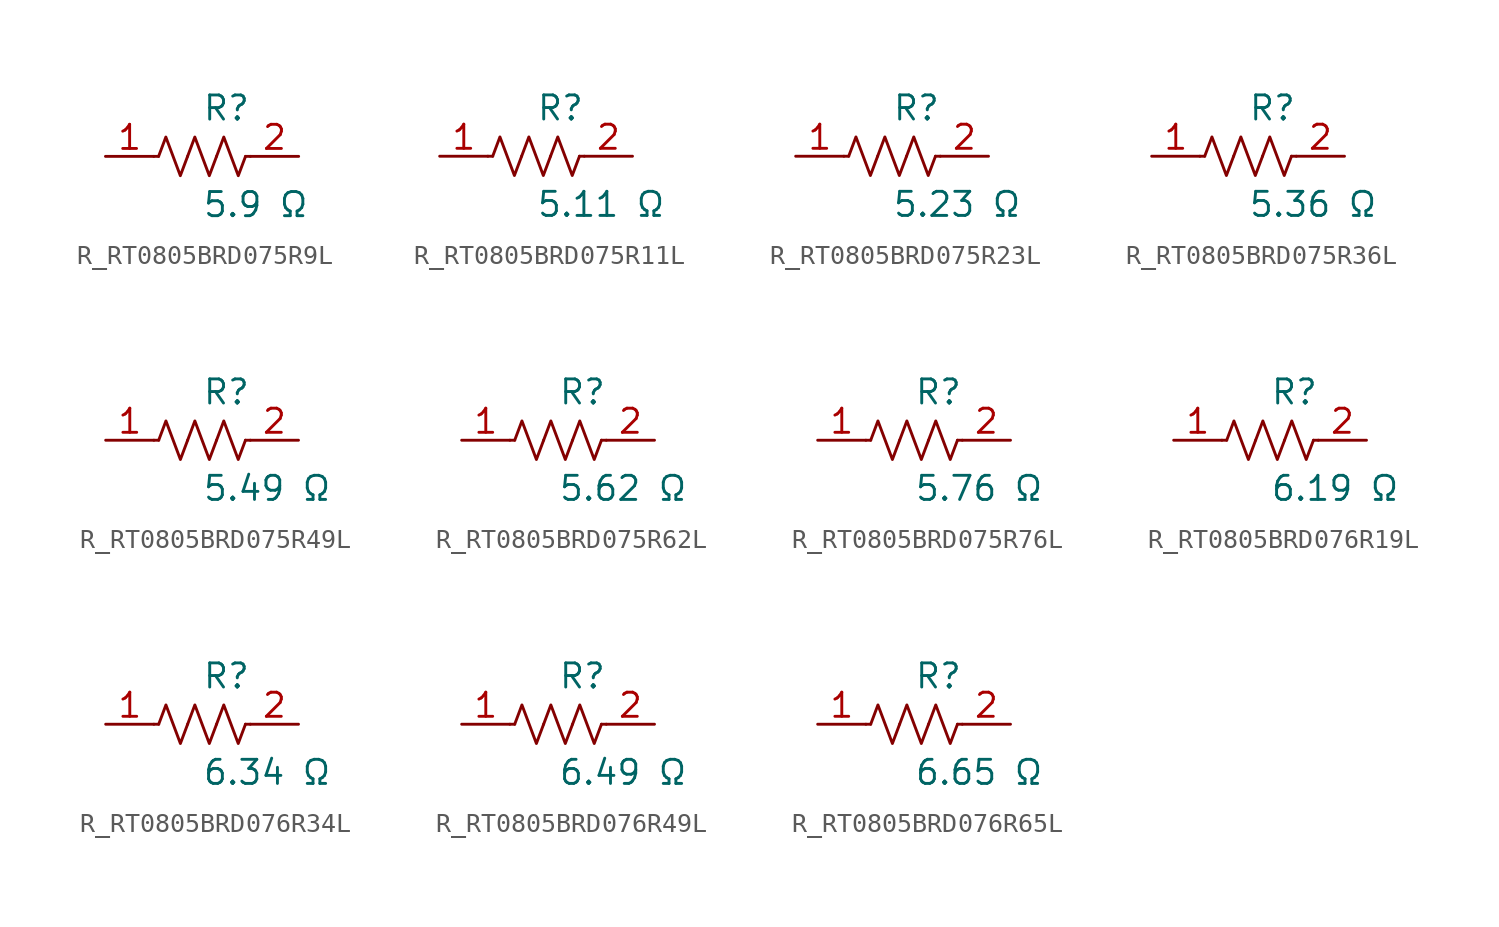
<source format=kicad_sym>
(kicad_symbol_lib
  (version 20231120)
  (generator kicad_symbol_editor)
  (generator_version 8.0)
  (symbol "R_RT0805BRD075R9L"
    (pin_names
      (offset 0.254))
    (property "Reference" "R"
      (at 0.0 2.54 0)
      (effects (font (size 1.27 1.27)) (justify left)))
    (property "Value" "5.9 Ω"
      (at 0.0 -2.54 0)
      (effects (font (size 1.27 1.27)) (justify left)))
    (symbol "R_RT0805BRD075R9L_0_1"
      (polyline (pts (xy 2.286 0) (xy 2.54 0)) (stroke (width 0) (type default)) (fill (type none)))
      (polyline (pts (xy -2.286 0) (xy -2.54 0)) (stroke (width 0) (type default)) (fill (type none)))
      (polyline (pts (xy 0.762 0) (xy 1.143 1.016) (xy 1.524 0) (xy 1.905 -1.016) (xy 2.286 0)) (stroke (width 0) (type default)) (fill (type none)))
      (polyline (pts (xy -0.762 0) (xy -0.381 1.016) (xy 0 0) (xy 0.381 -1.016) (xy 0.762 0)) (stroke (width 0) (type default)) (fill (type none)))
      (polyline (pts (xy -2.286 0) (xy -1.905 1.016) (xy -1.524 0) (xy -1.143 -1.016) (xy -0.762 0)) (stroke (width 0) (type default)) (fill (type none))))
    (pin unspecified line
      (at -5.08 0 0)
      (length 2.54)
      (name "" (effects (font (size 1.27 1.27))))
      (number "1" (effects (font (size 1.27 1.27)))))
    (pin unspecified line
      (at 5.08 0 180)
      (length 2.54)
      (name "" (effects (font (size 1.27 1.27))))
      (number "2" (effects (font (size 1.27 1.27))))))
  (symbol "R_RT0805BRD075R11L"
    (pin_names
      (offset 0.254))
    (property "Reference" "R"
      (at 0.0 2.54 0)
      (effects (font (size 1.27 1.27)) (justify left)))
    (property "Value" "5.11 Ω"
      (at 0.0 -2.54 0)
      (effects (font (size 1.27 1.27)) (justify left)))
    (symbol "R_RT0805BRD075R11L_0_1"
      (polyline (pts (xy 2.286 0) (xy 2.54 0)) (stroke (width 0) (type default)) (fill (type none)))
      (polyline (pts (xy -2.286 0) (xy -2.54 0)) (stroke (width 0) (type default)) (fill (type none)))
      (polyline (pts (xy 0.762 0) (xy 1.143 1.016) (xy 1.524 0) (xy 1.905 -1.016) (xy 2.286 0)) (stroke (width 0) (type default)) (fill (type none)))
      (polyline (pts (xy -0.762 0) (xy -0.381 1.016) (xy 0 0) (xy 0.381 -1.016) (xy 0.762 0)) (stroke (width 0) (type default)) (fill (type none)))
      (polyline (pts (xy -2.286 0) (xy -1.905 1.016) (xy -1.524 0) (xy -1.143 -1.016) (xy -0.762 0)) (stroke (width 0) (type default)) (fill (type none))))
    (pin unspecified line
      (at -5.08 0 0)
      (length 2.54)
      (name "" (effects (font (size 1.27 1.27))))
      (number "1" (effects (font (size 1.27 1.27)))))
    (pin unspecified line
      (at 5.08 0 180)
      (length 2.54)
      (name "" (effects (font (size 1.27 1.27))))
      (number "2" (effects (font (size 1.27 1.27))))))
  (symbol "R_RT0805BRD075R23L"
    (pin_names
      (offset 0.254))
    (property "Reference" "R"
      (at 0.0 2.54 0)
      (effects (font (size 1.27 1.27)) (justify left)))
    (property "Value" "5.23 Ω"
      (at 0.0 -2.54 0)
      (effects (font (size 1.27 1.27)) (justify left)))
    (symbol "R_RT0805BRD075R23L_0_1"
      (polyline (pts (xy 2.286 0) (xy 2.54 0)) (stroke (width 0) (type default)) (fill (type none)))
      (polyline (pts (xy -2.286 0) (xy -2.54 0)) (stroke (width 0) (type default)) (fill (type none)))
      (polyline (pts (xy 0.762 0) (xy 1.143 1.016) (xy 1.524 0) (xy 1.905 -1.016) (xy 2.286 0)) (stroke (width 0) (type default)) (fill (type none)))
      (polyline (pts (xy -0.762 0) (xy -0.381 1.016) (xy 0 0) (xy 0.381 -1.016) (xy 0.762 0)) (stroke (width 0) (type default)) (fill (type none)))
      (polyline (pts (xy -2.286 0) (xy -1.905 1.016) (xy -1.524 0) (xy -1.143 -1.016) (xy -0.762 0)) (stroke (width 0) (type default)) (fill (type none))))
    (pin unspecified line
      (at -5.08 0 0)
      (length 2.54)
      (name "" (effects (font (size 1.27 1.27))))
      (number "1" (effects (font (size 1.27 1.27)))))
    (pin unspecified line
      (at 5.08 0 180)
      (length 2.54)
      (name "" (effects (font (size 1.27 1.27))))
      (number "2" (effects (font (size 1.27 1.27))))))
  (symbol "R_RT0805BRD075R36L"
    (pin_names
      (offset 0.254))
    (property "Reference" "R"
      (at 0.0 2.54 0)
      (effects (font (size 1.27 1.27)) (justify left)))
    (property "Value" "5.36 Ω"
      (at 0.0 -2.54 0)
      (effects (font (size 1.27 1.27)) (justify left)))
    (symbol "R_RT0805BRD075R36L_0_1"
      (polyline (pts (xy 2.286 0) (xy 2.54 0)) (stroke (width 0) (type default)) (fill (type none)))
      (polyline (pts (xy -2.286 0) (xy -2.54 0)) (stroke (width 0) (type default)) (fill (type none)))
      (polyline (pts (xy 0.762 0) (xy 1.143 1.016) (xy 1.524 0) (xy 1.905 -1.016) (xy 2.286 0)) (stroke (width 0) (type default)) (fill (type none)))
      (polyline (pts (xy -0.762 0) (xy -0.381 1.016) (xy 0 0) (xy 0.381 -1.016) (xy 0.762 0)) (stroke (width 0) (type default)) (fill (type none)))
      (polyline (pts (xy -2.286 0) (xy -1.905 1.016) (xy -1.524 0) (xy -1.143 -1.016) (xy -0.762 0)) (stroke (width 0) (type default)) (fill (type none))))
    (pin unspecified line
      (at -5.08 0 0)
      (length 2.54)
      (name "" (effects (font (size 1.27 1.27))))
      (number "1" (effects (font (size 1.27 1.27)))))
    (pin unspecified line
      (at 5.08 0 180)
      (length 2.54)
      (name "" (effects (font (size 1.27 1.27))))
      (number "2" (effects (font (size 1.27 1.27))))))
  (symbol "R_RT0805BRD075R49L"
    (pin_names
      (offset 0.254))
    (property "Reference" "R"
      (at 0.0 2.54 0)
      (effects (font (size 1.27 1.27)) (justify left)))
    (property "Value" "5.49 Ω"
      (at 0.0 -2.54 0)
      (effects (font (size 1.27 1.27)) (justify left)))
    (symbol "R_RT0805BRD075R49L_0_1"
      (polyline (pts (xy 2.286 0) (xy 2.54 0)) (stroke (width 0) (type default)) (fill (type none)))
      (polyline (pts (xy -2.286 0) (xy -2.54 0)) (stroke (width 0) (type default)) (fill (type none)))
      (polyline (pts (xy 0.762 0) (xy 1.143 1.016) (xy 1.524 0) (xy 1.905 -1.016) (xy 2.286 0)) (stroke (width 0) (type default)) (fill (type none)))
      (polyline (pts (xy -0.762 0) (xy -0.381 1.016) (xy 0 0) (xy 0.381 -1.016) (xy 0.762 0)) (stroke (width 0) (type default)) (fill (type none)))
      (polyline (pts (xy -2.286 0) (xy -1.905 1.016) (xy -1.524 0) (xy -1.143 -1.016) (xy -0.762 0)) (stroke (width 0) (type default)) (fill (type none))))
    (pin unspecified line
      (at -5.08 0 0)
      (length 2.54)
      (name "" (effects (font (size 1.27 1.27))))
      (number "1" (effects (font (size 1.27 1.27)))))
    (pin unspecified line
      (at 5.08 0 180)
      (length 2.54)
      (name "" (effects (font (size 1.27 1.27))))
      (number "2" (effects (font (size 1.27 1.27))))))
  (symbol "R_RT0805BRD075R62L"
    (pin_names
      (offset 0.254))
    (property "Reference" "R"
      (at 0.0 2.54 0)
      (effects (font (size 1.27 1.27)) (justify left)))
    (property "Value" "5.62 Ω"
      (at 0.0 -2.54 0)
      (effects (font (size 1.27 1.27)) (justify left)))
    (symbol "R_RT0805BRD075R62L_0_1"
      (polyline (pts (xy 2.286 0) (xy 2.54 0)) (stroke (width 0) (type default)) (fill (type none)))
      (polyline (pts (xy -2.286 0) (xy -2.54 0)) (stroke (width 0) (type default)) (fill (type none)))
      (polyline (pts (xy 0.762 0) (xy 1.143 1.016) (xy 1.524 0) (xy 1.905 -1.016) (xy 2.286 0)) (stroke (width 0) (type default)) (fill (type none)))
      (polyline (pts (xy -0.762 0) (xy -0.381 1.016) (xy 0 0) (xy 0.381 -1.016) (xy 0.762 0)) (stroke (width 0) (type default)) (fill (type none)))
      (polyline (pts (xy -2.286 0) (xy -1.905 1.016) (xy -1.524 0) (xy -1.143 -1.016) (xy -0.762 0)) (stroke (width 0) (type default)) (fill (type none))))
    (pin unspecified line
      (at -5.08 0 0)
      (length 2.54)
      (name "" (effects (font (size 1.27 1.27))))
      (number "1" (effects (font (size 1.27 1.27)))))
    (pin unspecified line
      (at 5.08 0 180)
      (length 2.54)
      (name "" (effects (font (size 1.27 1.27))))
      (number "2" (effects (font (size 1.27 1.27))))))
  (symbol "R_RT0805BRD075R76L"
    (pin_names
      (offset 0.254))
    (property "Reference" "R"
      (at 0.0 2.54 0)
      (effects (font (size 1.27 1.27)) (justify left)))
    (property "Value" "5.76 Ω"
      (at 0.0 -2.54 0)
      (effects (font (size 1.27 1.27)) (justify left)))
    (symbol "R_RT0805BRD075R76L_0_1"
      (polyline (pts (xy 2.286 0) (xy 2.54 0)) (stroke (width 0) (type default)) (fill (type none)))
      (polyline (pts (xy -2.286 0) (xy -2.54 0)) (stroke (width 0) (type default)) (fill (type none)))
      (polyline (pts (xy 0.762 0) (xy 1.143 1.016) (xy 1.524 0) (xy 1.905 -1.016) (xy 2.286 0)) (stroke (width 0) (type default)) (fill (type none)))
      (polyline (pts (xy -0.762 0) (xy -0.381 1.016) (xy 0 0) (xy 0.381 -1.016) (xy 0.762 0)) (stroke (width 0) (type default)) (fill (type none)))
      (polyline (pts (xy -2.286 0) (xy -1.905 1.016) (xy -1.524 0) (xy -1.143 -1.016) (xy -0.762 0)) (stroke (width 0) (type default)) (fill (type none))))
    (pin unspecified line
      (at -5.08 0 0)
      (length 2.54)
      (name "" (effects (font (size 1.27 1.27))))
      (number "1" (effects (font (size 1.27 1.27)))))
    (pin unspecified line
      (at 5.08 0 180)
      (length 2.54)
      (name "" (effects (font (size 1.27 1.27))))
      (number "2" (effects (font (size 1.27 1.27))))))
  (symbol "R_RT0805BRD076R19L"
    (pin_names
      (offset 0.254))
    (property "Reference" "R"
      (at 0.0 2.54 0)
      (effects (font (size 1.27 1.27)) (justify left)))
    (property "Value" "6.19 Ω"
      (at 0.0 -2.54 0)
      (effects (font (size 1.27 1.27)) (justify left)))
    (symbol "R_RT0805BRD076R19L_0_1"
      (polyline (pts (xy 2.286 0) (xy 2.54 0)) (stroke (width 0) (type default)) (fill (type none)))
      (polyline (pts (xy -2.286 0) (xy -2.54 0)) (stroke (width 0) (type default)) (fill (type none)))
      (polyline (pts (xy 0.762 0) (xy 1.143 1.016) (xy 1.524 0) (xy 1.905 -1.016) (xy 2.286 0)) (stroke (width 0) (type default)) (fill (type none)))
      (polyline (pts (xy -0.762 0) (xy -0.381 1.016) (xy 0 0) (xy 0.381 -1.016) (xy 0.762 0)) (stroke (width 0) (type default)) (fill (type none)))
      (polyline (pts (xy -2.286 0) (xy -1.905 1.016) (xy -1.524 0) (xy -1.143 -1.016) (xy -0.762 0)) (stroke (width 0) (type default)) (fill (type none))))
    (pin unspecified line
      (at -5.08 0 0)
      (length 2.54)
      (name "" (effects (font (size 1.27 1.27))))
      (number "1" (effects (font (size 1.27 1.27)))))
    (pin unspecified line
      (at 5.08 0 180)
      (length 2.54)
      (name "" (effects (font (size 1.27 1.27))))
      (number "2" (effects (font (size 1.27 1.27))))))
  (symbol "R_RT0805BRD076R34L"
    (pin_names
      (offset 0.254))
    (property "Reference" "R"
      (at 0.0 2.54 0)
      (effects (font (size 1.27 1.27)) (justify left)))
    (property "Value" "6.34 Ω"
      (at 0.0 -2.54 0)
      (effects (font (size 1.27 1.27)) (justify left)))
    (symbol "R_RT0805BRD076R34L_0_1"
      (polyline (pts (xy 2.286 0) (xy 2.54 0)) (stroke (width 0) (type default)) (fill (type none)))
      (polyline (pts (xy -2.286 0) (xy -2.54 0)) (stroke (width 0) (type default)) (fill (type none)))
      (polyline (pts (xy 0.762 0) (xy 1.143 1.016) (xy 1.524 0) (xy 1.905 -1.016) (xy 2.286 0)) (stroke (width 0) (type default)) (fill (type none)))
      (polyline (pts (xy -0.762 0) (xy -0.381 1.016) (xy 0 0) (xy 0.381 -1.016) (xy 0.762 0)) (stroke (width 0) (type default)) (fill (type none)))
      (polyline (pts (xy -2.286 0) (xy -1.905 1.016) (xy -1.524 0) (xy -1.143 -1.016) (xy -0.762 0)) (stroke (width 0) (type default)) (fill (type none))))
    (pin unspecified line
      (at -5.08 0 0)
      (length 2.54)
      (name "" (effects (font (size 1.27 1.27))))
      (number "1" (effects (font (size 1.27 1.27)))))
    (pin unspecified line
      (at 5.08 0 180)
      (length 2.54)
      (name "" (effects (font (size 1.27 1.27))))
      (number "2" (effects (font (size 1.27 1.27))))))
  (symbol "R_RT0805BRD076R49L"
    (pin_names
      (offset 0.254))
    (property "Reference" "R"
      (at 0.0 2.54 0)
      (effects (font (size 1.27 1.27)) (justify left)))
    (property "Value" "6.49 Ω"
      (at 0.0 -2.54 0)
      (effects (font (size 1.27 1.27)) (justify left)))
    (symbol "R_RT0805BRD076R49L_0_1"
      (polyline (pts (xy 2.286 0) (xy 2.54 0)) (stroke (width 0) (type default)) (fill (type none)))
      (polyline (pts (xy -2.286 0) (xy -2.54 0)) (stroke (width 0) (type default)) (fill (type none)))
      (polyline (pts (xy 0.762 0) (xy 1.143 1.016) (xy 1.524 0) (xy 1.905 -1.016) (xy 2.286 0)) (stroke (width 0) (type default)) (fill (type none)))
      (polyline (pts (xy -0.762 0) (xy -0.381 1.016) (xy 0 0) (xy 0.381 -1.016) (xy 0.762 0)) (stroke (width 0) (type default)) (fill (type none)))
      (polyline (pts (xy -2.286 0) (xy -1.905 1.016) (xy -1.524 0) (xy -1.143 -1.016) (xy -0.762 0)) (stroke (width 0) (type default)) (fill (type none))))
    (pin unspecified line
      (at -5.08 0 0)
      (length 2.54)
      (name "" (effects (font (size 1.27 1.27))))
      (number "1" (effects (font (size 1.27 1.27)))))
    (pin unspecified line
      (at 5.08 0 180)
      (length 2.54)
      (name "" (effects (font (size 1.27 1.27))))
      (number "2" (effects (font (size 1.27 1.27))))))
  (symbol "R_RT0805BRD076R65L"
    (pin_names
      (offset 0.254))
    (property "Reference" "R"
      (at 0.0 2.54 0)
      (effects (font (size 1.27 1.27)) (justify left)))
    (property "Value" "6.65 Ω"
      (at 0.0 -2.54 0)
      (effects (font (size 1.27 1.27)) (justify left)))
    (symbol "R_RT0805BRD076R65L_0_1"
      (polyline (pts (xy 2.286 0) (xy 2.54 0)) (stroke (width 0) (type default)) (fill (type none)))
      (polyline (pts (xy -2.286 0) (xy -2.54 0)) (stroke (width 0) (type default)) (fill (type none)))
      (polyline (pts (xy 0.762 0) (xy 1.143 1.016) (xy 1.524 0) (xy 1.905 -1.016) (xy 2.286 0)) (stroke (width 0) (type default)) (fill (type none)))
      (polyline (pts (xy -0.762 0) (xy -0.381 1.016) (xy 0 0) (xy 0.381 -1.016) (xy 0.762 0)) (stroke (width 0) (type default)) (fill (type none)))
      (polyline (pts (xy -2.286 0) (xy -1.905 1.016) (xy -1.524 0) (xy -1.143 -1.016) (xy -0.762 0)) (stroke (width 0) (type default)) (fill (type none))))
    (pin unspecified line
      (at -5.08 0 0)
      (length 2.54)
      (name "" (effects (font (size 1.27 1.27))))
      (number "1" (effects (font (size 1.27 1.27)))))
    (pin unspecified line
      (at 5.08 0 180)
      (length 2.54)
      (name "" (effects (font (size 1.27 1.27))))
      (number "2" (effects (font (size 1.27 1.27)))))))
</source>
